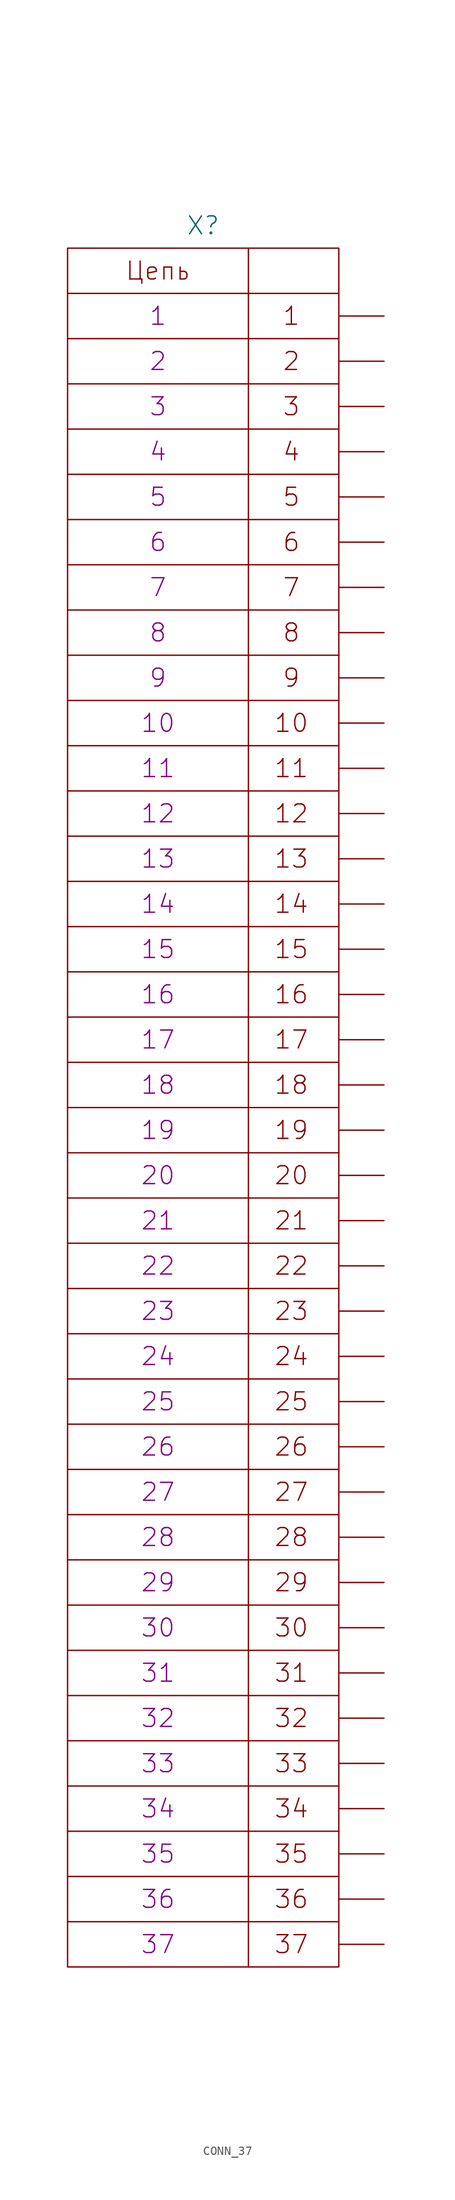
<source format=kicad_sym>
(kicad_symbol_lib
  (version 20231120)
  (generator "kicad_symbol_editor")
  (generator_version "8.0")
  (symbol "CONN_37"
    (pin_numbers hide)
    (pin_names
      (offset 0) hide)
    (property "Reference" "X"
      (at 0 99.06 0)
      (effects (font (size 2.007 2.007))))
    (property "PIN1" "1"
      (at -5.08 88.9 0)
      (effects (font (size 2.007 2.007))))
    (property "PIN2" "2"
      (at -5.08 83.82 0)
      (effects (font (size 2.007 2.007))))
    (property "PIN3" "3"
      (at -5.08 78.74 0)
      (effects (font (size 2.007 2.007))))
    (property "PIN4" "4"
      (at -5.08 73.66 0)
      (effects (font (size 2.007 2.007))))
    (property "PIN5" "5"
      (at -5.08 68.58 0)
      (effects (font (size 2.007 2.007))))
    (property "PIN6" "6"
      (at -5.08 63.5 0)
      (effects (font (size 2.007 2.007))))
    (property "PIN7" "7"
      (at -5.08 58.42 0)
      (effects (font (size 2.007 2.007))))
    (property "PIN8" "8"
      (at -5.08 53.34 0)
      (effects (font (size 2.007 2.007))))
    (property "PIN9" "9"
      (at -5.08 48.26 0)
      (effects (font (size 2.007 2.007))))
    (property "PIN10" "10"
      (at -5.08 43.18 0)
      (effects (font (size 2.007 2.007))))
    (property "PIN11" "11"
      (at -5.08 38.1 0)
      (effects (font (size 2.007 2.007))))
    (property "PIN12" "12"
      (at -5.08 33.02 0)
      (effects (font (size 2.007 2.007))))
    (property "PIN13" "13"
      (at -5.08 27.94 0)
      (effects (font (size 2.007 2.007))))
    (property "PIN14" "14"
      (at -5.08 22.86 0)
      (effects (font (size 2.007 2.007))))
    (property "PIN15" "15"
      (at -5.08 17.78 0)
      (effects (font (size 2.007 2.007))))
    (property "PIN16" "16"
      (at -5.08 12.7 0)
      (effects (font (size 2.007 2.007))))
    (property "PIN17" "17"
      (at -5.08 7.62 0)
      (effects (font (size 2.007 2.007))))
    (property "PIN18" "18"
      (at -5.08 2.54 0)
      (effects (font (size 2.007 2.007))))
    (property "PIN19" "19"
      (at -5.08 -2.54 0)
      (effects (font (size 2.007 2.007))))
    (property "PIN20" "20"
      (at -5.08 -7.62 0)
      (effects (font (size 2.007 2.007))))
    (property "PIN21" "21"
      (at -5.08 -12.7 0)
      (effects (font (size 2.007 2.007))))
    (property "PIN22" "22"
      (at -5.08 -17.78 0)
      (effects (font (size 2.007 2.007))))
    (property "PIN23" "23"
      (at -5.08 -22.86 0)
      (effects (font (size 2.007 2.007))))
    (property "PIN24" "24"
      (at -5.08 -27.94 0)
      (effects (font (size 2.007 2.007))))
    (property "PIN25" "25"
      (at -5.08 -33.02 0)
      (effects (font (size 2.007 2.007))))
    (property "PIN26" "26"
      (at -5.08 -38.1 0)
      (effects (font (size 2.007 2.007))))
    (property "PIN27" "27"
      (at -5.08 -43.18 0)
      (effects (font (size 2.007 2.007))))
    (property "PIN28" "28"
      (at -5.08 -48.26 0)
      (effects (font (size 2.007 2.007))))
    (property "PIN29" "29"
      (at -5.08 -53.34 0)
      (effects (font (size 2.007 2.007))))
    (property "PIN30" "30"
      (at -5.08 -58.42 0)
      (effects (font (size 2.007 2.007))))
    (property "PIN31" "31"
      (at -5.08 -63.5 0)
      (effects (font (size 2.007 2.007))))
    (property "PIN32" "32"
      (at -5.08 -68.58 0)
      (effects (font (size 2.007 2.007))))
    (property "PIN33" "33"
      (at -5.08 -73.66 0)
      (effects (font (size 2.007 2.007))))
    (property "PIN34" "34"
      (at -5.08 -78.74 0)
      (effects (font (size 2.007 2.007))))
    (property "PIN35" "35"
      (at -5.08 -83.82 0)
      (effects (font (size 2.007 2.007))))
    (property "PIN36" "36"
      (at -5.08 -88.9 0)
      (effects (font (size 2.007 2.007))))
    (property "PIN37" "37"
      (at -5.08 -93.98 0)
      (effects (font (size 2.007 2.007))))
    (symbol "CONN_37_0_0"
      (polyline (pts (xy -15.24 -91.44) (xy 15.24 -91.44)) (stroke (width 0) (type solid)) (fill (type none)))
      (polyline (pts (xy -15.24 -86.36) (xy 15.24 -86.36)) (stroke (width 0) (type solid)) (fill (type none)))
      (polyline (pts (xy -15.24 -81.28) (xy 15.24 -81.28)) (stroke (width 0) (type solid)) (fill (type none)))
      (polyline (pts (xy -15.24 -76.2) (xy 15.24 -76.2)) (stroke (width 0) (type solid)) (fill (type none)))
      (polyline (pts (xy -15.24 -71.12) (xy 15.24 -71.12)) (stroke (width 0) (type solid)) (fill (type none)))
      (polyline (pts (xy -15.24 -66.04) (xy 15.24 -66.04)) (stroke (width 0) (type solid)) (fill (type none)))
      (polyline (pts (xy -15.24 -60.96) (xy 15.24 -60.96)) (stroke (width 0) (type solid)) (fill (type none)))
      (polyline (pts (xy -15.24 -55.88) (xy 15.24 -55.88)) (stroke (width 0) (type solid)) (fill (type none)))
      (polyline (pts (xy -15.24 -50.8) (xy 15.24 -50.8)) (stroke (width 0) (type solid)) (fill (type none)))
      (polyline (pts (xy -15.24 -45.72) (xy 15.24 -45.72)) (stroke (width 0) (type solid)) (fill (type none)))
      (polyline (pts (xy -15.24 -40.64) (xy 15.24 -40.64)) (stroke (width 0) (type solid)) (fill (type none)))
      (polyline (pts (xy -15.24 -35.56) (xy 15.24 -35.56)) (stroke (width 0) (type solid)) (fill (type none)))
      (polyline (pts (xy -15.24 -30.48) (xy 15.24 -30.48)) (stroke (width 0) (type solid)) (fill (type none)))
      (polyline (pts (xy -15.24 -25.4) (xy 15.24 -25.4)) (stroke (width 0) (type solid)) (fill (type none)))
      (polyline (pts (xy -15.24 -20.32) (xy 15.24 -20.32)) (stroke (width 0) (type solid)) (fill (type none)))
      (polyline (pts (xy -15.24 -15.24) (xy 15.24 -15.24)) (stroke (width 0) (type solid)) (fill (type none)))
      (polyline (pts (xy -15.24 -10.16) (xy 15.24 -10.16)) (stroke (width 0) (type solid)) (fill (type none)))
      (polyline (pts (xy -15.24 -5.08) (xy 15.24 -5.08)) (stroke (width 0) (type solid)) (fill (type none)))
      (polyline (pts (xy -15.24 0) (xy 15.24 0)) (stroke (width 0) (type solid)) (fill (type none)))
      (polyline (pts (xy -15.24 5.08) (xy 15.24 5.08)) (stroke (width 0) (type solid)) (fill (type none)))
      (polyline (pts (xy -15.24 10.16) (xy 15.24 10.16)) (stroke (width 0) (type solid)) (fill (type none)))
      (polyline (pts (xy -15.24 15.24) (xy 15.24 15.24)) (stroke (width 0) (type solid)) (fill (type none)))
      (polyline (pts (xy -15.24 20.32) (xy 15.24 20.32)) (stroke (width 0) (type solid)) (fill (type none)))
      (polyline (pts (xy -15.24 25.4) (xy 15.24 25.4)) (stroke (width 0) (type solid)) (fill (type none)))
      (polyline (pts (xy -15.24 30.48) (xy 15.24 30.48)) (stroke (width 0) (type solid)) (fill (type none)))
      (polyline (pts (xy -15.24 35.56) (xy 15.24 35.56)) (stroke (width 0) (type solid)) (fill (type none)))
      (polyline (pts (xy -15.24 40.64) (xy 15.24 40.64)) (stroke (width 0) (type solid)) (fill (type none)))
      (polyline (pts (xy -15.24 45.72) (xy 15.24 45.72)) (stroke (width 0) (type solid)) (fill (type none)))
      (polyline (pts (xy -15.24 50.8) (xy 15.24 50.8)) (stroke (width 0) (type solid)) (fill (type none)))
      (polyline (pts (xy -15.24 55.88) (xy 15.24 55.88)) (stroke (width 0) (type solid)) (fill (type none)))
      (polyline (pts (xy -15.24 60.96) (xy 15.24 60.96)) (stroke (width 0) (type solid)) (fill (type none)))
      (polyline (pts (xy -15.24 66.04) (xy 15.24 66.04)) (stroke (width 0) (type solid)) (fill (type none)))
      (polyline (pts (xy -15.24 71.12) (xy 15.24 71.12)) (stroke (width 0) (type solid)) (fill (type none)))
      (polyline (pts (xy -15.24 76.2) (xy 15.24 76.2)) (stroke (width 0) (type solid)) (fill (type none)))
      (polyline (pts (xy -15.24 81.28) (xy 15.24 81.28)) (stroke (width 0) (type solid)) (fill (type none)))
      (polyline (pts (xy -15.24 86.36) (xy 15.24 86.36)) (stroke (width 0) (type solid)) (fill (type none)))
      (polyline (pts (xy -15.24 91.44) (xy 15.24 91.44)) (stroke (width 0) (type solid)) (fill (type none)))
      (polyline (pts (xy 5.08 96.52) (xy 5.08 -96.52)) (stroke (width 0) (type solid)) (fill (type none)))
      (rectangle (start 15.24 96.52) (end -15.24 -96.52) (stroke (width 0) (type solid)) (fill (type none))))
    (symbol "CONN_37_1_1"
      (text "1" (at 9.906 88.9 0) (effects (font (size 2.007 2.007))))
      (text "10" (at 9.906 43.18 0) (effects (font (size 2.007 2.007))))
      (text "11" (at 9.906 38.1 0) (effects (font (size 2.007 2.007))))
      (text "12" (at 9.906 33.02 0) (effects (font (size 2.007 2.007))))
      (text "13" (at 9.906 27.94 0) (effects (font (size 2.007 2.007))))
      (text "14" (at 9.906 22.86 0) (effects (font (size 2.007 2.007))))
      (text "15" (at 9.906 17.78 0) (effects (font (size 2.007 2.007))))
      (text "16" (at 9.906 12.7 0) (effects (font (size 2.007 2.007))))
      (text "17" (at 9.906 7.62 0) (effects (font (size 2.007 2.007))))
      (text "18" (at 9.906 2.54 0) (effects (font (size 2.007 2.007))))
      (text "19" (at 9.906 -2.54 0) (effects (font (size 2.007 2.007))))
      (text "2" (at 9.906 83.82 0) (effects (font (size 2.007 2.007))))
      (text "20" (at 9.906 -7.62 0) (effects (font (size 2.007 2.007))))
      (text "21" (at 9.906 -12.7 0) (effects (font (size 2.007 2.007))))
      (text "22" (at 9.906 -17.78 0) (effects (font (size 2.007 2.007))))
      (text "23" (at 9.906 -22.86 0) (effects (font (size 2.007 2.007))))
      (text "24" (at 9.906 -27.94 0) (effects (font (size 2.007 2.007))))
      (text "25" (at 9.906 -33.02 0) (effects (font (size 2.007 2.007))))
      (text "26" (at 9.906 -38.1 0) (effects (font (size 2.007 2.007))))
      (text "27" (at 9.906 -43.18 0) (effects (font (size 2.007 2.007))))
      (text "28" (at 9.906 -48.26 0) (effects (font (size 2.007 2.007))))
      (text "29" (at 9.906 -53.34 0) (effects (font (size 2.007 2.007))))
      (text "3" (at 9.906 78.74 0) (effects (font (size 2.007 2.007))))
      (text "30" (at 9.906 -58.42 0) (effects (font (size 2.007 2.007))))
      (text "31" (at 9.906 -63.5 0) (effects (font (size 2.007 2.007))))
      (text "32" (at 9.906 -68.58 0) (effects (font (size 2.007 2.007))))
      (text "33" (at 9.906 -73.66 0) (effects (font (size 2.007 2.007))))
      (text "34" (at 9.906 -78.74 0) (effects (font (size 2.007 2.007))))
      (text "35" (at 9.906 -83.82 0) (effects (font (size 2.007 2.007))))
      (text "36" (at 9.906 -88.9 0) (effects (font (size 2.007 2.007))))
      (text "37" (at 9.906 -93.98 0) (effects (font (size 2.007 2.007))))
      (text "4" (at 9.906 73.66 0) (effects (font (size 2.007 2.007))))
      (text "5" (at 9.906 68.58 0) (effects (font (size 2.007 2.007))))
      (text "6" (at 9.906 63.5 0) (effects (font (size 2.007 2.007))))
      (text "7" (at 9.906 58.42 0) (effects (font (size 2.007 2.007))))
      (text "8" (at 9.906 53.34 0) (effects (font (size 2.007 2.007))))
      (text "9" (at 9.906 48.26 0) (effects (font (size 2.007 2.007))))
      (text "Цепь" (at -5.08 93.98 0) (effects (font (size 2.007 2.007))))
      (pin passive line (at 20.32 88.9 180) (length 5.08) (name "1" (effects (font (size 2.007 2.007)))) (number "1" (effects (font (size 2.007 2.007)))))
      (pin passive line (at 20.32 43.18 180) (length 5.08) (name "10" (effects (font (size 2.007 2.007)))) (number "10" (effects (font (size 2.007 2.007)))))
      (pin passive line (at 20.32 38.1 180) (length 5.08) (name "11" (effects (font (size 2.007 2.007)))) (number "11" (effects (font (size 2.007 2.007)))))
      (pin passive line (at 20.32 33.02 180) (length 5.08) (name "12" (effects (font (size 2.007 2.007)))) (number "12" (effects (font (size 2.007 2.007)))))
      (pin passive line (at 20.32 27.94 180) (length 5.08) (name "13" (effects (font (size 2.007 2.007)))) (number "13" (effects (font (size 2.007 2.007)))))
      (pin passive line (at 20.32 22.86 180) (length 5.08) (name "14" (effects (font (size 2.007 2.007)))) (number "14" (effects (font (size 2.007 2.007)))))
      (pin passive line (at 20.32 17.78 180) (length 5.08) (name "15" (effects (font (size 2.007 2.007)))) (number "15" (effects (font (size 2.007 2.007)))))
      (pin passive line (at 20.32 12.7 180) (length 5.08) (name "16" (effects (font (size 2.007 2.007)))) (number "16" (effects (font (size 2.007 2.007)))))
      (pin passive line (at 20.32 7.62 180) (length 5.08) (name "17" (effects (font (size 2.007 2.007)))) (number "17" (effects (font (size 2.007 2.007)))))
      (pin passive line (at 20.32 2.54 180) (length 5.08) (name "18" (effects (font (size 2.007 2.007)))) (number "18" (effects (font (size 2.007 2.007)))))
      (pin passive line (at 20.32 -2.54 180) (length 5.08) (name "19" (effects (font (size 2.007 2.007)))) (number "19" (effects (font (size 2.007 2.007)))))
      (pin passive line (at 20.32 83.82 180) (length 5.08) (name "2" (effects (font (size 2.007 2.007)))) (number "2" (effects (font (size 2.007 2.007)))))
      (pin passive line (at 20.32 -7.62 180) (length 5.08) (name "20" (effects (font (size 2.007 2.007)))) (number "20" (effects (font (size 2.007 2.007)))))
      (pin passive line (at 20.32 -12.7 180) (length 5.08) (name "21" (effects (font (size 2.007 2.007)))) (number "21" (effects (font (size 2.007 2.007)))))
      (pin passive line (at 20.32 -17.78 180) (length 5.08) (name "22" (effects (font (size 2.007 2.007)))) (number "22" (effects (font (size 2.007 2.007)))))
      (pin passive line (at 20.32 -22.86 180) (length 5.08) (name "23" (effects (font (size 2.007 2.007)))) (number "23" (effects (font (size 2.007 2.007)))))
      (pin passive line (at 20.32 -27.94 180) (length 5.08) (name "24" (effects (font (size 2.007 2.007)))) (number "24" (effects (font (size 2.007 2.007)))))
      (pin passive line (at 20.32 -33.02 180) (length 5.08) (name "25" (effects (font (size 2.007 2.007)))) (number "25" (effects (font (size 2.007 2.007)))))
      (pin passive line (at 20.32 -38.1 180) (length 5.08) (name "26" (effects (font (size 2.007 2.007)))) (number "26" (effects (font (size 2.007 2.007)))))
      (pin passive line (at 20.32 -43.18 180) (length 5.08) (name "27" (effects (font (size 2.007 2.007)))) (number "27" (effects (font (size 2.007 2.007)))))
      (pin passive line (at 20.32 -48.26 180) (length 5.08) (name "28" (effects (font (size 2.007 2.007)))) (number "28" (effects (font (size 2.007 2.007)))))
      (pin passive line (at 20.32 -53.34 180) (length 5.08) (name "29" (effects (font (size 2.007 2.007)))) (number "29" (effects (font (size 2.007 2.007)))))
      (pin passive line (at 20.32 78.74 180) (length 5.08) (name "3" (effects (font (size 2.007 2.007)))) (number "3" (effects (font (size 2.007 2.007)))))
      (pin passive line (at 20.32 -58.42 180) (length 5.08) (name "30" (effects (font (size 2.007 2.007)))) (number "30" (effects (font (size 2.007 2.007)))))
      (pin passive line (at 20.32 -63.5 180) (length 5.08) (name "31" (effects (font (size 2.007 2.007)))) (number "31" (effects (font (size 2.007 2.007)))))
      (pin passive line (at 20.32 -68.58 180) (length 5.08) (name "32" (effects (font (size 2.007 2.007)))) (number "32" (effects (font (size 2.007 2.007)))))
      (pin passive line (at 20.32 -73.66 180) (length 5.08) (name "33" (effects (font (size 2.007 2.007)))) (number "33" (effects (font (size 2.007 2.007)))))
      (pin passive line (at 20.32 -78.74 180) (length 5.08) (name "34" (effects (font (size 2.007 2.007)))) (number "34" (effects (font (size 2.007 2.007)))))
      (pin passive line (at 20.32 -83.82 180) (length 5.08) (name "35" (effects (font (size 2.007 2.007)))) (number "35" (effects (font (size 2.007 2.007)))))
      (pin passive line (at 20.32 -88.9 180) (length 5.08) (name "36" (effects (font (size 2.007 2.007)))) (number "36" (effects (font (size 2.007 2.007)))))
      (pin passive line (at 20.32 -93.98 180) (length 5.08) (name "37" (effects (font (size 2.007 2.007)))) (number "37" (effects (font (size 2.007 2.007)))))
      (pin passive line (at 20.32 73.66 180) (length 5.08) (name "4" (effects (font (size 2.007 2.007)))) (number "4" (effects (font (size 2.007 2.007)))))
      (pin passive line (at 20.32 68.58 180) (length 5.08) (name "5" (effects (font (size 2.007 2.007)))) (number "5" (effects (font (size 2.007 2.007)))))
      (pin passive line (at 20.32 63.5 180) (length 5.08) (name "6" (effects (font (size 2.007 2.007)))) (number "6" (effects (font (size 2.007 2.007)))))
      (pin passive line (at 20.32 58.42 180) (length 5.08) (name "7" (effects (font (size 2.007 2.007)))) (number "7" (effects (font (size 2.007 2.007)))))
      (pin passive line (at 20.32 53.34 180) (length 5.08) (name "8" (effects (font (size 2.007 2.007)))) (number "8" (effects (font (size 2.007 2.007)))))
      (pin passive line (at 20.32 48.26 180) (length 5.08) (name "9" (effects (font (size 2.007 2.007)))) (number "9" (effects (font (size 2.007 2.007))))))))
</source>
